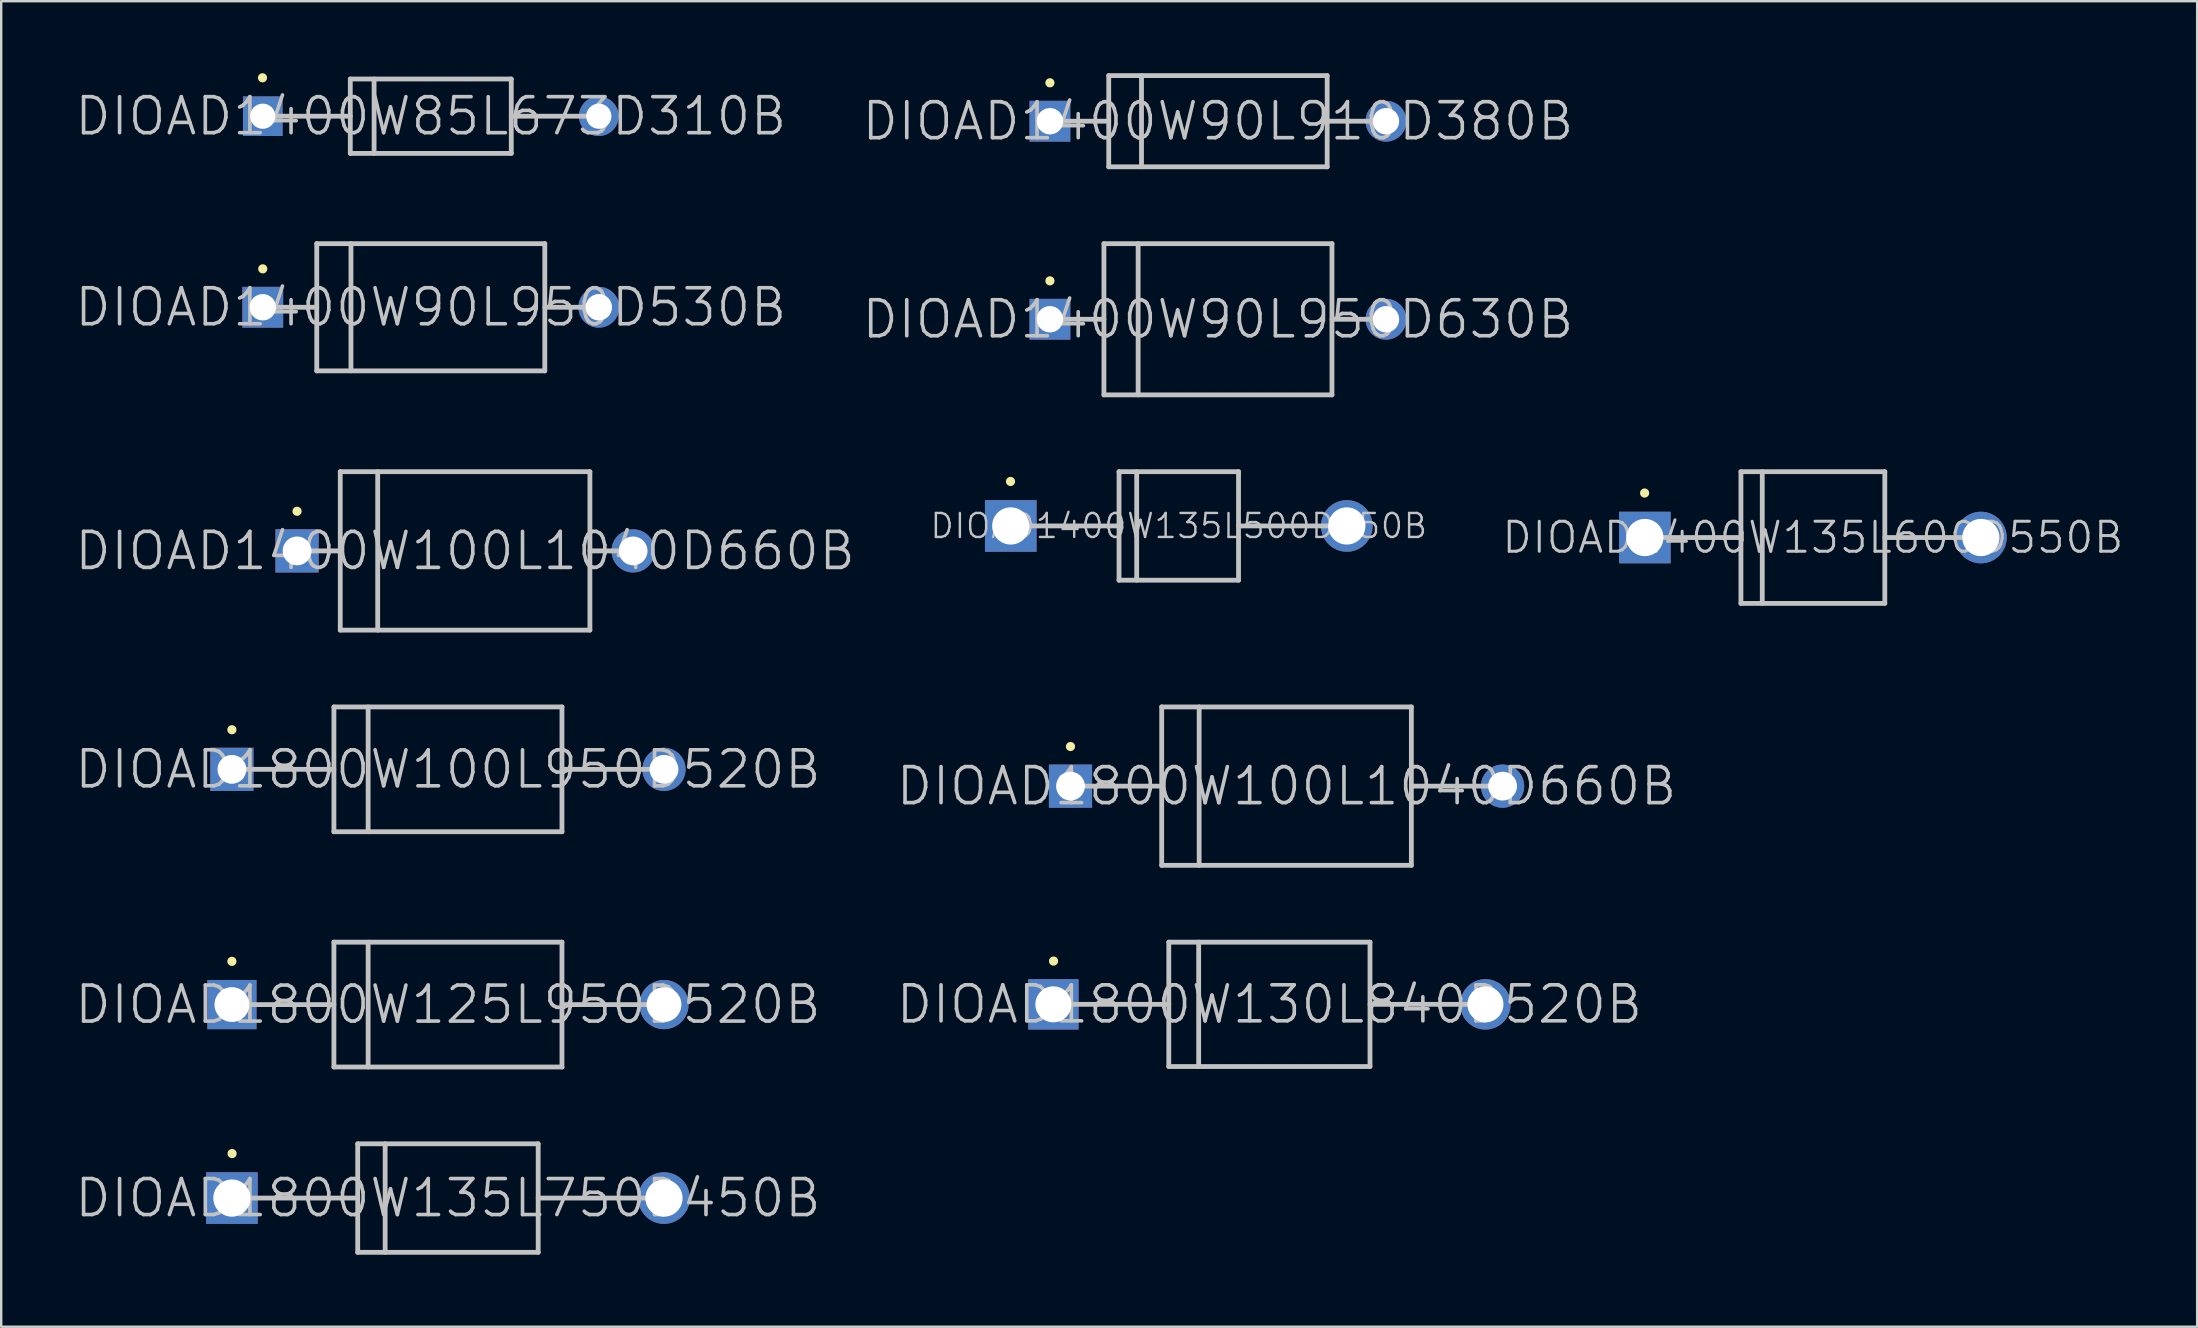
<source format=kicad_pcb>
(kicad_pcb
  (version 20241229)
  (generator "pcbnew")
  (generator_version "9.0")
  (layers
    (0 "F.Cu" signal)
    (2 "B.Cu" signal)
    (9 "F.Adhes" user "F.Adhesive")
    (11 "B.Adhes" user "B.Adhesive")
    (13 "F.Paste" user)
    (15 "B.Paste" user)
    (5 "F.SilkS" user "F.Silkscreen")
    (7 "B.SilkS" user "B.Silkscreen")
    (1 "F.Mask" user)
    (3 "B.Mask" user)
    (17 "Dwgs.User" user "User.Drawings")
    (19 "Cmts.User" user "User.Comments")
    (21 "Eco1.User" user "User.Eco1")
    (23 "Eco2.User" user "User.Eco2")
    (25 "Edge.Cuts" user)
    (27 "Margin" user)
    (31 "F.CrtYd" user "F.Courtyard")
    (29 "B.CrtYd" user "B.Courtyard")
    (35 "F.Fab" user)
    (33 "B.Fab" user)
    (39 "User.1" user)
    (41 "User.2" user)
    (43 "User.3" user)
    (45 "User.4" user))
  (footprint "DIOAD1400W90L950D530B"
    (layer "F.Cu")
    (at 14.896 9.75)
    (property "Reference" "DIOAD1400W90L950D530B" (at 0 0 0) (layer "Dwgs.User") (effects (font (size 1.5 1.5) (thickness 0.15))))
    (attr through_hole)
    (fp_line (start -7 -1.6) (end -7 -1.6) (stroke (width 0.381) (type solid)) (layer "F.SilkS"))
    (fp_line (start -7 0) (end -4.75 0) (stroke (width 0.2) (type solid)) (layer "Dwgs.User"))
    (fp_line (start -4.75 -2.65) (end -4.75 2.65) (stroke (width 0.2) (type solid)) (layer "Dwgs.User"))
    (fp_line (start -4.75 -2.65) (end 4.75 -2.65) (stroke (width 0.2) (type solid)) (layer "Dwgs.User"))
    (fp_line (start -4.75 2.65) (end 4.75 2.65) (stroke (width 0.2) (type solid)) (layer "Dwgs.User"))
    (fp_line (start -3.325 -2.65) (end -3.325 2.65) (stroke (width 0.2) (type solid)) (layer "Dwgs.User"))
    (fp_line (start 4.75 -2.65) (end 4.75 2.65) (stroke (width 0.2) (type solid)) (layer "Dwgs.User"))
    (fp_line (start 7 0) (end 4.75 0) (stroke (width 0.2) (type solid)) (layer "Dwgs.User"))
    (pad "1" thru_hole rect (at -7 0) (size 1.7 1.7) (drill 1.1) (layers "*.Cu" "*.Mask"))
    (pad "2" thru_hole circle (at 7 0) (size 1.7 1.7) (drill 1.1) (layers "*.Cu" "*.Mask")))
  (footprint "DIOAD1800W100L1040D660B"
    (layer "F.Cu")
    (at 50.546 29.7)
    (property "Reference" "DIOAD1800W100L1040D660B" (at 0 0 0) (layer "Dwgs.User") (effects (font (size 1.5 1.5) (thickness 0.15))))
    (attr through_hole)
    (fp_line (start -9 -1.65) (end -9 -1.65) (stroke (width 0.381) (type solid)) (layer "F.SilkS"))
    (fp_line (start -9 0) (end -5.2 0) (stroke (width 0.2) (type solid)) (layer "Dwgs.User"))
    (fp_line (start -5.2 -3.3) (end -5.2 3.3) (stroke (width 0.2) (type solid)) (layer "Dwgs.User"))
    (fp_line (start -5.2 -3.3) (end 5.2 -3.3) (stroke (width 0.2) (type solid)) (layer "Dwgs.User"))
    (fp_line (start -5.2 3.3) (end 5.2 3.3) (stroke (width 0.2) (type solid)) (layer "Dwgs.User"))
    (fp_line (start -3.64 -3.3) (end -3.64 3.3) (stroke (width 0.2) (type solid)) (layer "Dwgs.User"))
    (fp_line (start 5.2 -3.3) (end 5.2 3.3) (stroke (width 0.2) (type solid)) (layer "Dwgs.User"))
    (fp_line (start 5.2 0) (end 9 0) (stroke (width 0.2) (type solid)) (layer "Dwgs.User"))
    (pad "1" thru_hole rect (at -9 0) (size 1.8 1.8) (drill 1.2) (layers "*.Cu" "*.Mask"))
    (pad "2" thru_hole circle (at 9 0) (size 1.8 1.8) (drill 1.2) (layers "*.Cu" "*.Mask")))
  (footprint "DIOAD1400W135L500D450B"
    (layer "F.Cu")
    (at 46.057 18.861)
    (property "Reference" "DIOAD1400W135L500D450B" (at 0 0 0) (layer "Dwgs.User") (effects (font (size 1 1) (thickness 0.1))))
    (attr through_hole)
    (fp_line (start -7.01 -1.854) (end -7.01 -1.854) (stroke (width 0.381) (type solid)) (layer "F.SilkS"))
    (fp_line (start -7.01 0) (end -2.489 0) (stroke (width 0.2) (type solid)) (layer "Dwgs.User"))
    (fp_line (start -2.489 -2.261) (end -2.489 2.261) (stroke (width 0.2) (type solid)) (layer "Dwgs.User"))
    (fp_line (start -2.489 -2.261) (end 2.489 -2.261) (stroke (width 0.2) (type solid)) (layer "Dwgs.User"))
    (fp_line (start -2.489 2.261) (end 2.489 2.261) (stroke (width 0.2) (type solid)) (layer "Dwgs.User"))
    (fp_line (start -1.753 -2.261) (end -1.753 2.261) (stroke (width 0.2) (type solid)) (layer "Dwgs.User"))
    (fp_line (start 2.489 -2.261) (end 2.489 2.261) (stroke (width 0.2) (type solid)) (layer "Dwgs.User"))
    (fp_line (start 7.01 0) (end 2.489 0) (stroke (width 0.2) (type solid)) (layer "Dwgs.User"))
    (pad "1" thru_hole rect (at -7 0) (size 2.15 2.15) (drill 1.55) (layers "*.Cu" "*.Mask"))
    (pad "2" thru_hole circle (at 7 0) (size 2.15 2.15) (drill 1.55) (layers "*.Cu" "*.Mask")))
  (footprint "DIOAD1800W100L950D520B"
    (layer "F.Cu")
    (at 15.611 29)
    (property "Reference" "DIOAD1800W100L950D520B" (at 0 0 0) (layer "Dwgs.User") (effects (font (size 1.5 1.5) (thickness 0.15))))
    (attr through_hole)
    (fp_line (start -9 -1.65) (end -9 -1.65) (stroke (width 0.381) (type solid)) (layer "F.SilkS"))
    (fp_line (start -9 0) (end -4.75 0) (stroke (width 0.2) (type solid)) (layer "Dwgs.User"))
    (fp_line (start -4.75 -2.6) (end -4.75 2.6) (stroke (width 0.2) (type solid)) (layer "Dwgs.User"))
    (fp_line (start -4.75 -2.6) (end 4.75 -2.6) (stroke (width 0.2) (type solid)) (layer "Dwgs.User"))
    (fp_line (start -4.75 2.6) (end 4.75 2.6) (stroke (width 0.2) (type solid)) (layer "Dwgs.User"))
    (fp_line (start -3.325 -2.6) (end -3.325 2.6) (stroke (width 0.2) (type solid)) (layer "Dwgs.User"))
    (fp_line (start 4.75 -2.6) (end 4.75 2.6) (stroke (width 0.2) (type solid)) (layer "Dwgs.User"))
    (fp_line (start 9 0) (end 4.75 0) (stroke (width 0.2) (type solid)) (layer "Dwgs.User"))
    (pad "1" thru_hole rect (at -9 0) (size 1.8 1.8) (drill 1.2) (layers "*.Cu" "*.Mask"))
    (pad "2" thru_hole circle (at 9 0) (size 1.8 1.8) (drill 1.2) (layers "*.Cu" "*.Mask")))
  (footprint "DIOAD1400W85L673D310B"
    (layer "F.Cu")
    (at 14.896 1.791)
    (property "Reference" "DIOAD1400W85L673D310B" (at 0 0 0) (layer "Dwgs.User") (effects (font (size 1.5 1.5) (thickness 0.15))))
    (attr through_hole)
    (fp_line (start -7.01 -1.6) (end -7.01 -1.6) (stroke (width 0.381) (type solid)) (layer "F.SilkS"))
    (fp_line (start -7.01 0) (end -3.353 0) (stroke (width 0.2) (type solid)) (layer "Dwgs.User"))
    (fp_line (start -3.353 -1.549) (end -3.353 1.549) (stroke (width 0.2) (type solid)) (layer "Dwgs.User"))
    (fp_line (start -3.353 -1.549) (end 3.353 -1.549) (stroke (width 0.2) (type solid)) (layer "Dwgs.User"))
    (fp_line (start -3.353 1.549) (end 3.353 1.549) (stroke (width 0.2) (type solid)) (layer "Dwgs.User"))
    (fp_line (start -2.362 -1.549) (end -2.362 1.549) (stroke (width 0.2) (type solid)) (layer "Dwgs.User"))
    (fp_line (start 3.353 -1.549) (end 3.353 1.549) (stroke (width 0.2) (type solid)) (layer "Dwgs.User"))
    (fp_line (start 7.01 0) (end 3.353 0) (stroke (width 0.2) (type solid)) (layer "Dwgs.User"))
    (pad "1" thru_hole rect (at -7 0) (size 1.65 1.65) (drill 1.05) (layers "*.Cu" "*.Mask"))
    (pad "2" thru_hole circle (at 7 0) (size 1.65 1.65) (drill 1.05) (layers "*.Cu" "*.Mask")))
  (footprint "DIOAD1400W90L950D630B"
    (layer "F.Cu")
    (at 47.689 10.25)
    (property "Reference" "DIOAD1400W90L950D630B" (at 0 0 0) (layer "Dwgs.User") (effects (font (size 1.5 1.5) (thickness 0.15))))
    (attr through_hole)
    (fp_line (start -7 -1.6) (end -7 -1.6) (stroke (width 0.381) (type solid)) (layer "F.SilkS"))
    (fp_line (start -7 0) (end -4.75 0) (stroke (width 0.2) (type solid)) (layer "Dwgs.User"))
    (fp_line (start -4.75 -3.15) (end -4.75 3.15) (stroke (width 0.2) (type solid)) (layer "Dwgs.User"))
    (fp_line (start -4.75 -3.15) (end 4.75 -3.15) (stroke (width 0.2) (type solid)) (layer "Dwgs.User"))
    (fp_line (start -4.75 3.15) (end 4.75 3.15) (stroke (width 0.2) (type solid)) (layer "Dwgs.User"))
    (fp_line (start -3.325 -3.15) (end -3.325 3.15) (stroke (width 0.2) (type solid)) (layer "Dwgs.User"))
    (fp_line (start 4.75 -3.15) (end 4.75 3.15) (stroke (width 0.2) (type solid)) (layer "Dwgs.User"))
    (fp_line (start 7 0) (end 4.75 0) (stroke (width 0.2) (type solid)) (layer "Dwgs.User"))
    (pad "1" thru_hole rect (at -7 0) (size 1.7 1.7) (drill 1.1) (layers "*.Cu" "*.Mask"))
    (pad "2" thru_hole circle (at 7 0) (size 1.7 1.7) (drill 1.1) (layers "*.Cu" "*.Mask")))
  (footprint "DIOAD1800W135L750D450B"
    (layer "F.Cu")
    (at 15.611 46.861)
    (property "Reference" "DIOAD1800W135L750D450B" (at 0 0 0) (layer "Dwgs.User") (effects (font (size 1.5 1.5) (thickness 0.15))))
    (attr through_hole)
    (fp_line (start -8.992 -1.854) (end -8.992 -1.854) (stroke (width 0.381) (type solid)) (layer "F.SilkS"))
    (fp_line (start -8.992 0) (end -3.759 0) (stroke (width 0.2) (type solid)) (layer "Dwgs.User"))
    (fp_line (start -3.759 -2.261) (end -3.759 2.261) (stroke (width 0.2) (type solid)) (layer "Dwgs.User"))
    (fp_line (start -3.759 -2.261) (end 3.759 -2.261) (stroke (width 0.2) (type solid)) (layer "Dwgs.User"))
    (fp_line (start -3.759 2.261) (end 3.759 2.261) (stroke (width 0.2) (type solid)) (layer "Dwgs.User"))
    (fp_line (start -2.616 -2.261) (end -2.616 2.261) (stroke (width 0.2) (type solid)) (layer "Dwgs.User"))
    (fp_line (start 3.759 -2.261) (end 3.759 2.261) (stroke (width 0.2) (type solid)) (layer "Dwgs.User"))
    (fp_line (start 8.992 0) (end 3.759 0) (stroke (width 0.2) (type solid)) (layer "Dwgs.User"))
    (pad "1" thru_hole rect (at -9 0) (size 2.15 2.15) (drill 1.55) (layers "*.Cu" "*.Mask"))
    (pad "2" thru_hole circle (at 9 0) (size 2.15 2.15) (drill 1.55) (layers "*.Cu" "*.Mask")))
  (footprint "DIOAD1800W130L840D520B"
    (layer "F.Cu")
    (at 49.832 38.791)
    (property "Reference" "DIOAD1800W130L840D520B" (at 0 0 0) (layer "Dwgs.User") (effects (font (size 1.5 1.5) (thickness 0.15))))
    (attr through_hole)
    (fp_line (start -8.992 -1.803) (end -8.992 -1.803) (stroke (width 0.381) (type solid)) (layer "F.SilkS"))
    (fp_line (start -8.992 0) (end -4.191 0) (stroke (width 0.2) (type solid)) (layer "Dwgs.User"))
    (fp_line (start -4.191 -2.591) (end -4.191 2.591) (stroke (width 0.2) (type solid)) (layer "Dwgs.User"))
    (fp_line (start -4.191 -2.591) (end 4.191 -2.591) (stroke (width 0.2) (type solid)) (layer "Dwgs.User"))
    (fp_line (start -4.191 2.591) (end 4.191 2.591) (stroke (width 0.2) (type solid)) (layer "Dwgs.User"))
    (fp_line (start -2.946 -2.591) (end -2.946 2.591) (stroke (width 0.2) (type solid)) (layer "Dwgs.User"))
    (fp_line (start 4.191 -2.591) (end 4.191 2.591) (stroke (width 0.2) (type solid)) (layer "Dwgs.User"))
    (fp_line (start 8.992 0) (end 4.191 0) (stroke (width 0.2) (type solid)) (layer "Dwgs.User"))
    (pad "1" thru_hole rect (at -9 0) (size 2.1 2.1) (drill 1.5) (layers "*.Cu" "*.Mask"))
    (pad "2" thru_hole circle (at 9 0) (size 2.1 2.1) (drill 1.5) (layers "*.Cu" "*.Mask")))
  (footprint "DIOAD1400W100L1040D660B"
    (layer "F.Cu")
    (at 16.325 19.9)
    (property "Reference" "DIOAD1400W100L1040D660B" (at 0 0 0) (layer "Dwgs.User") (effects (font (size 1.5 1.5) (thickness 0.15))))
    (attr through_hole)
    (fp_line (start -7 -1.65) (end -7 -1.65) (stroke (width 0.381) (type solid)) (layer "F.SilkS"))
    (fp_line (start -7 0) (end -5.2 0) (stroke (width 0.2) (type solid)) (layer "Dwgs.User"))
    (fp_line (start -5.2 -3.3) (end -5.2 3.3) (stroke (width 0.2) (type solid)) (layer "Dwgs.User"))
    (fp_line (start -5.2 -3.3) (end 5.2 -3.3) (stroke (width 0.2) (type solid)) (layer "Dwgs.User"))
    (fp_line (start -5.2 3.3) (end 5.2 3.3) (stroke (width 0.2) (type solid)) (layer "Dwgs.User"))
    (fp_line (start -3.64 -3.3) (end -3.64 3.3) (stroke (width 0.2) (type solid)) (layer "Dwgs.User"))
    (fp_line (start 5.2 -3.3) (end 5.2 3.3) (stroke (width 0.2) (type solid)) (layer "Dwgs.User"))
    (fp_line (start 7 0) (end 5.2 0) (stroke (width 0.2) (type solid)) (layer "Dwgs.User"))
    (pad "1" thru_hole rect (at -7 0) (size 1.8 1.8) (drill 1.2) (layers "*.Cu" "*.Mask"))
    (pad "2" thru_hole circle (at 7 0) (size 1.8 1.8) (drill 1.2) (layers "*.Cu" "*.Mask")))
  (footprint "DIOAD1800W125L950D520B"
    (layer "F.Cu")
    (at 15.611 38.8)
    (property "Reference" "DIOAD1800W125L950D520B" (at 0 0 0) (layer "Dwgs.User") (effects (font (size 1.5 1.5) (thickness 0.15))))
    (attr through_hole)
    (fp_line (start -9 -1.8) (end -9 -1.8) (stroke (width 0.381) (type solid)) (layer "F.SilkS"))
    (fp_line (start -9 0) (end -4.75 0) (stroke (width 0.2) (type solid)) (layer "Dwgs.User"))
    (fp_line (start -4.75 -2.6) (end -4.75 2.6) (stroke (width 0.2) (type solid)) (layer "Dwgs.User"))
    (fp_line (start -4.75 -2.6) (end 4.75 -2.6) (stroke (width 0.2) (type solid)) (layer "Dwgs.User"))
    (fp_line (start -4.75 2.6) (end 4.75 2.6) (stroke (width 0.2) (type solid)) (layer "Dwgs.User"))
    (fp_line (start -3.325 -2.6) (end -3.325 2.6) (stroke (width 0.2) (type solid)) (layer "Dwgs.User"))
    (fp_line (start 4.75 -2.6) (end 4.75 2.6) (stroke (width 0.2) (type solid)) (layer "Dwgs.User"))
    (fp_line (start 9 0) (end 4.75 0) (stroke (width 0.2) (type solid)) (layer "Dwgs.User"))
    (pad "1" thru_hole rect (at -9 0) (size 2.05 2.05) (drill 1.45) (layers "*.Cu" "*.Mask"))
    (pad "2" thru_hole circle (at 9 0) (size 2.05 2.05) (drill 1.45) (layers "*.Cu" "*.Mask")))
  (footprint "DIOAD1400W90L910D380B"
    (layer "F.Cu")
    (at 47.689 2)
    (property "Reference" "DIOAD1400W90L910D380B" (at 0 0 0) (layer "Dwgs.User") (effects (font (size 1.5 1.5) (thickness 0.15))))
    (attr through_hole)
    (fp_line (start -7 -1.6) (end -7 -1.6) (stroke (width 0.381) (type solid)) (layer "F.SilkS"))
    (fp_line (start -7 0) (end -4.55 0) (stroke (width 0.2) (type solid)) (layer "Dwgs.User"))
    (fp_line (start -4.55 -1.9) (end -4.55 1.9) (stroke (width 0.2) (type solid)) (layer "Dwgs.User"))
    (fp_line (start -4.55 -1.9) (end 4.55 -1.9) (stroke (width 0.2) (type solid)) (layer "Dwgs.User"))
    (fp_line (start -4.55 1.9) (end 4.55 1.9) (stroke (width 0.2) (type solid)) (layer "Dwgs.User"))
    (fp_line (start -3.185 -1.9) (end -3.185 1.9) (stroke (width 0.2) (type solid)) (layer "Dwgs.User"))
    (fp_line (start 4.55 -1.9) (end 4.55 1.9) (stroke (width 0.2) (type solid)) (layer "Dwgs.User"))
    (fp_line (start 7 0) (end 4.55 0) (stroke (width 0.2) (type solid)) (layer "Dwgs.User"))
    (pad "1" thru_hole rect (at -7 0) (size 1.7 1.7) (drill 1.1) (layers "*.Cu" "*.Mask"))
    (pad "2" thru_hole circle (at 7 0) (size 1.7 1.7) (drill 1.1) (layers "*.Cu" "*.Mask")))
  (footprint "DIOAD1400W135L600D550B"
    (layer "F.Cu")
    (at 72.473 19.343)
    (property "Reference" "DIOAD1400W135L600D550B" (at 0 0 0) (layer "Dwgs.User") (effects (font (size 1.25 1.25) (thickness 0.125))))
    (attr through_hole)
    (fp_line (start -7.01 -1.854) (end -7.01 -1.854) (stroke (width 0.381) (type solid)) (layer "F.SilkS"))
    (fp_line (start -7.01 0) (end -2.997 0) (stroke (width 0.2) (type solid)) (layer "Dwgs.User"))
    (fp_line (start -2.997 -2.743) (end -2.997 2.743) (stroke (width 0.2) (type solid)) (layer "Dwgs.User"))
    (fp_line (start -2.997 -2.743) (end 2.997 -2.743) (stroke (width 0.2) (type solid)) (layer "Dwgs.User"))
    (fp_line (start -2.997 2.743) (end 2.997 2.743) (stroke (width 0.2) (type solid)) (layer "Dwgs.User"))
    (fp_line (start -2.108 -2.743) (end -2.108 2.743) (stroke (width 0.2) (type solid)) (layer "Dwgs.User"))
    (fp_line (start 2.997 -2.743) (end 2.997 2.743) (stroke (width 0.2) (type solid)) (layer "Dwgs.User"))
    (fp_line (start 7.01 0) (end 2.997 0) (stroke (width 0.2) (type solid)) (layer "Dwgs.User"))
    (pad "1" thru_hole rect (at -7 0) (size 2.15 2.15) (drill 1.55) (layers "*.Cu" "*.Mask"))
    (pad "2" thru_hole circle (at 7 0) (size 2.15 2.15) (drill 1.55) (layers "*.Cu" "*.Mask")))
  (gr_rect
    (start -3 -3)
    (end 88.482 52.221)
    (stroke (width 0.1) (type default))
    (fill no)
    (layer "Edge.Cuts")))
</source>
